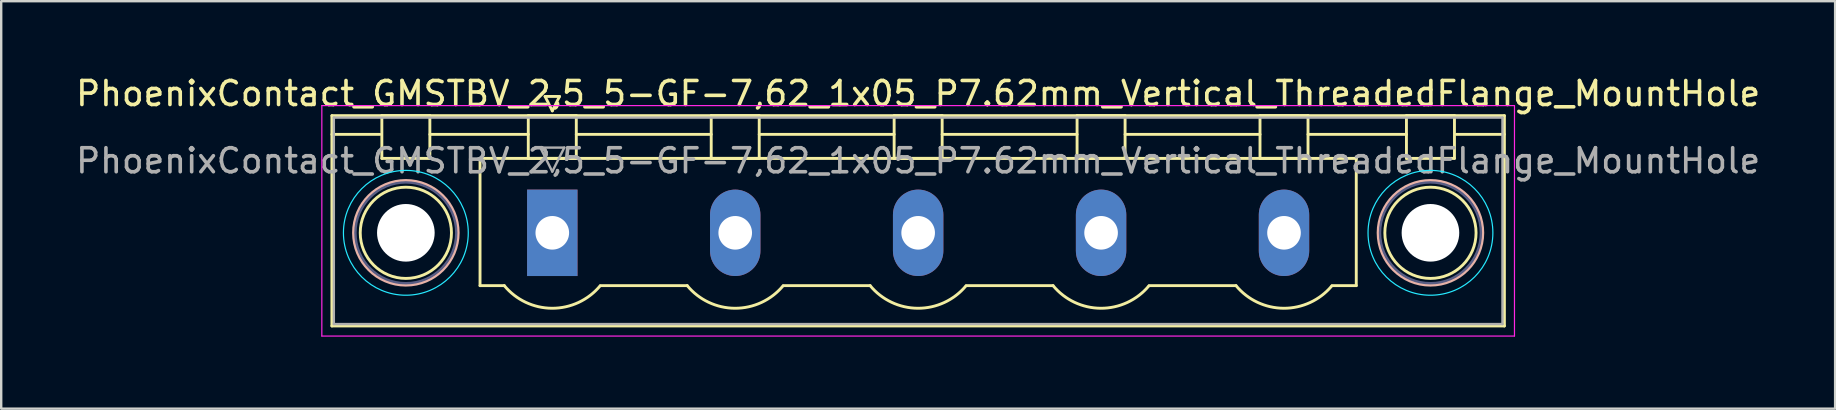
<source format=kicad_pcb>
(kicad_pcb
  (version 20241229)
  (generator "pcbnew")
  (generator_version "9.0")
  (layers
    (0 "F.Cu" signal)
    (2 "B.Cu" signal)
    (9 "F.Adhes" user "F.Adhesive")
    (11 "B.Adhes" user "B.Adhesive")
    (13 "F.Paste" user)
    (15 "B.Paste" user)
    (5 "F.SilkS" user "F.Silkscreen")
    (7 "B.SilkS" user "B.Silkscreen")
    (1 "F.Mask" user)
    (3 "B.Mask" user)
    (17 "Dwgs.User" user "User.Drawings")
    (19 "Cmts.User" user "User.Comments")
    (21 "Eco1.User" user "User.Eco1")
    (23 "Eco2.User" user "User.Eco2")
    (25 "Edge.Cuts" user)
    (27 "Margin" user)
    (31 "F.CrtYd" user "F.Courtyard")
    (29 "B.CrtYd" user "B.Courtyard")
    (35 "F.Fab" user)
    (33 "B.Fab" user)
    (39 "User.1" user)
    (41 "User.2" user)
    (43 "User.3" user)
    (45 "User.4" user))
  (footprint "PhoenixContact_GMSTBV_2,5_5-GF-7,62_1x05_P7.62mm_Vertical_ThreadedFlange_MountHole"
    (layer "F.Cu")
    (at 19.956 6.648)
    (property "Reference" "PhoenixContact_GMSTBV_2,5_5-GF-7,62_1x05_P7.62mm_Vertical_ThreadedFlange_MountHole" (at 15.24 -5.8 0) (layer "F.SilkS") (effects (font (size 1 1) (thickness 0.15))))
    (attr through_hole)
    (fp_line (start -9.18 -4.88) (end -9.18 3.88) (stroke (width 0.12) (type solid)) (layer "F.SilkS"))
    (fp_line (start -9.18 -4.1) (end -7.18 -4.1) (stroke (width 0.12) (type solid)) (layer "F.SilkS"))
    (fp_line (start -9.18 3.88) (end 39.66 3.88) (stroke (width 0.12) (type solid)) (layer "F.SilkS"))
    (fp_line (start -7.1 -4.88) (end -5.1 -4.88) (stroke (width 0.12) (type solid)) (layer "F.SilkS"))
    (fp_line (start -7.1 -3.1) (end -7.1 -4.88) (stroke (width 0.12) (type solid)) (layer "F.SilkS"))
    (fp_line (start -5.1 -4.88) (end -5.1 -3.1) (stroke (width 0.12) (type solid)) (layer "F.SilkS"))
    (fp_line (start -5.1 -4.1) (end -1 -4.1) (stroke (width 0.12) (type solid)) (layer "F.SilkS"))
    (fp_line (start -5.1 -3.1) (end -7.1 -3.1) (stroke (width 0.12) (type solid)) (layer "F.SilkS"))
    (fp_line (start -3.01 -3.1) (end 33.49 -3.1) (stroke (width 0.12) (type solid)) (layer "F.SilkS"))
    (fp_line (start -3.01 2.2) (end -3.01 -3.1) (stroke (width 0.12) (type solid)) (layer "F.SilkS"))
    (fp_line (start -2 2.2) (end -3.01 2.2) (stroke (width 0.12) (type solid)) (layer "F.SilkS"))
    (fp_line (start -1 -4.88) (end 1 -4.88) (stroke (width 0.12) (type solid)) (layer "F.SilkS"))
    (fp_line (start -1 -3.1) (end -1 -4.88) (stroke (width 0.12) (type solid)) (layer "F.SilkS"))
    (fp_line (start -0.3 -5.68) (end 0.3 -5.68) (stroke (width 0.12) (type solid)) (layer "F.SilkS"))
    (fp_line (start 0 -5.08) (end -0.3 -5.68) (stroke (width 0.12) (type solid)) (layer "F.SilkS"))
    (fp_line (start 0.3 -5.68) (end 0 -5.08) (stroke (width 0.12) (type solid)) (layer "F.SilkS"))
    (fp_line (start 1 -4.88) (end 1 -3.1) (stroke (width 0.12) (type solid)) (layer "F.SilkS"))
    (fp_line (start 1 -4.1) (end 6.62 -4.1) (stroke (width 0.12) (type solid)) (layer "F.SilkS"))
    (fp_line (start 1 -3.1) (end -1 -3.1) (stroke (width 0.12) (type solid)) (layer "F.SilkS"))
    (fp_line (start 2 2.2) (end 5.62 2.2) (stroke (width 0.12) (type solid)) (layer "F.SilkS"))
    (fp_line (start 6.62 -4.88) (end 8.62 -4.88) (stroke (width 0.12) (type solid)) (layer "F.SilkS"))
    (fp_line (start 6.62 -3.1) (end 6.62 -4.88) (stroke (width 0.12) (type solid)) (layer "F.SilkS"))
    (fp_line (start 8.62 -4.88) (end 8.62 -3.1) (stroke (width 0.12) (type solid)) (layer "F.SilkS"))
    (fp_line (start 8.62 -4.1) (end 14.24 -4.1) (stroke (width 0.12) (type solid)) (layer "F.SilkS"))
    (fp_line (start 8.62 -3.1) (end 6.62 -3.1) (stroke (width 0.12) (type solid)) (layer "F.SilkS"))
    (fp_line (start 9.62 2.2) (end 13.24 2.2) (stroke (width 0.12) (type solid)) (layer "F.SilkS"))
    (fp_line (start 14.24 -4.88) (end 16.24 -4.88) (stroke (width 0.12) (type solid)) (layer "F.SilkS"))
    (fp_line (start 14.24 -3.1) (end 14.24 -4.88) (stroke (width 0.12) (type solid)) (layer "F.SilkS"))
    (fp_line (start 16.24 -4.88) (end 16.24 -3.1) (stroke (width 0.12) (type solid)) (layer "F.SilkS"))
    (fp_line (start 16.24 -4.1) (end 21.86 -4.1) (stroke (width 0.12) (type solid)) (layer "F.SilkS"))
    (fp_line (start 16.24 -3.1) (end 14.24 -3.1) (stroke (width 0.12) (type solid)) (layer "F.SilkS"))
    (fp_line (start 17.24 2.2) (end 20.86 2.2) (stroke (width 0.12) (type solid)) (layer "F.SilkS"))
    (fp_line (start 21.86 -4.88) (end 23.86 -4.88) (stroke (width 0.12) (type solid)) (layer "F.SilkS"))
    (fp_line (start 21.86 -3.1) (end 21.86 -4.88) (stroke (width 0.12) (type solid)) (layer "F.SilkS"))
    (fp_line (start 23.86 -4.88) (end 23.86 -3.1) (stroke (width 0.12) (type solid)) (layer "F.SilkS"))
    (fp_line (start 23.86 -4.1) (end 29.48 -4.1) (stroke (width 0.12) (type solid)) (layer "F.SilkS"))
    (fp_line (start 23.86 -3.1) (end 21.86 -3.1) (stroke (width 0.12) (type solid)) (layer "F.SilkS"))
    (fp_line (start 24.86 2.2) (end 28.48 2.2) (stroke (width 0.12) (type solid)) (layer "F.SilkS"))
    (fp_line (start 29.48 -4.88) (end 31.48 -4.88) (stroke (width 0.12) (type solid)) (layer "F.SilkS"))
    (fp_line (start 29.48 -3.1) (end 29.48 -4.88) (stroke (width 0.12) (type solid)) (layer "F.SilkS"))
    (fp_line (start 31.48 -4.88) (end 31.48 -3.1) (stroke (width 0.12) (type solid)) (layer "F.SilkS"))
    (fp_line (start 31.48 -4.1) (end 35.58 -4.1) (stroke (width 0.12) (type solid)) (layer "F.SilkS"))
    (fp_line (start 31.48 -3.1) (end 29.48 -3.1) (stroke (width 0.12) (type solid)) (layer "F.SilkS"))
    (fp_line (start 33.49 -3.1) (end 33.49 2.2) (stroke (width 0.12) (type solid)) (layer "F.SilkS"))
    (fp_line (start 33.49 2.2) (end 32.48 2.2) (stroke (width 0.12) (type solid)) (layer "F.SilkS"))
    (fp_line (start 35.58 -4.88) (end 37.58 -4.88) (stroke (width 0.12) (type solid)) (layer "F.SilkS"))
    (fp_line (start 35.58 -3.1) (end 35.58 -4.88) (stroke (width 0.12) (type solid)) (layer "F.SilkS"))
    (fp_line (start 37.58 -4.88) (end 37.58 -3.1) (stroke (width 0.12) (type solid)) (layer "F.SilkS"))
    (fp_line (start 37.58 -3.1) (end 35.58 -3.1) (stroke (width 0.12) (type solid)) (layer "F.SilkS"))
    (fp_line (start 39.66 -4.88) (end -9.18 -4.88) (stroke (width 0.12) (type solid)) (layer "F.SilkS"))
    (fp_line (start 39.66 -4.1) (end 37.66 -4.1) (stroke (width 0.12) (type solid)) (layer "F.SilkS"))
    (fp_line (start 39.66 3.88) (end 39.66 -4.88) (stroke (width 0.12) (type solid)) (layer "F.SilkS"))
    (fp_arc (start 1.986842 2.215821) (mid -0.010289 3.142758) (end -2 2.2) (stroke (width 0.12) (type solid)) (layer "F.SilkS"))
    (fp_arc (start 9.606842 2.215821) (mid 7.609711 3.142758) (end 5.62 2.2) (stroke (width 0.12) (type solid)) (layer "F.SilkS"))
    (fp_arc (start 17.226842 2.215821) (mid 15.229711 3.142758) (end 13.24 2.2) (stroke (width 0.12) (type solid)) (layer "F.SilkS"))
    (fp_arc (start 24.846842 2.215821) (mid 22.849711 3.142758) (end 20.86 2.2) (stroke (width 0.12) (type solid)) (layer "F.SilkS"))
    (fp_arc (start 32.466842 2.215821) (mid 30.469711 3.142758) (end 28.48 2.2) (stroke (width 0.12) (type solid)) (layer "F.SilkS"))
    (fp_circle (center -6.1 0) (end -4.2 0) (stroke (width 0.12) (type solid)) (fill no) (layer "F.SilkS"))
    (fp_circle (center 36.58 0) (end 38.48 0) (stroke (width 0.12) (type solid)) (fill no) (layer "F.SilkS"))
    (fp_circle (center -6.1 0) (end -3.92 0) (stroke (width 0.12) (type solid)) (fill no) (layer "B.SilkS"))
    (fp_circle (center 36.58 0) (end 38.76 0) (stroke (width 0.12) (type solid)) (fill no) (layer "B.SilkS"))
    (fp_circle (center -6.1 0) (end -3.5 0) (stroke (width 0.05) (type solid)) (fill no) (layer "B.CrtYd"))
    (fp_circle (center 36.58 0) (end 39.18 0) (stroke (width 0.05) (type solid)) (fill no) (layer "B.CrtYd"))
    (fp_line (start -9.6 -5.3) (end -9.6 4.3) (stroke (width 0.05) (type solid)) (layer "F.CrtYd"))
    (fp_line (start -9.6 4.3) (end 40.08 4.3) (stroke (width 0.05) (type solid)) (layer "F.CrtYd"))
    (fp_line (start 40.08 -5.3) (end -9.6 -5.3) (stroke (width 0.05) (type solid)) (layer "F.CrtYd"))
    (fp_line (start 40.08 4.3) (end 40.08 -5.3) (stroke (width 0.05) (type solid)) (layer "F.CrtYd"))
    (fp_circle (center -6.1 0) (end -4 0) (stroke (width 0.1) (type solid)) (fill no) (layer "B.Fab"))
    (fp_circle (center 36.58 0) (end 38.68 0) (stroke (width 0.1) (type solid)) (fill no) (layer "B.Fab"))
    (fp_line (start -9.1 -4.8) (end -9.1 3.8) (stroke (width 0.1) (type solid)) (layer "F.Fab"))
    (fp_line (start -9.1 3.8) (end 39.58 3.8) (stroke (width 0.1) (type solid)) (layer "F.Fab"))
    (fp_line (start -0.5 -3.55) (end 0.5 -3.55) (stroke (width 0.1) (type solid)) (layer "F.Fab"))
    (fp_line (start 0 -2.55) (end -0.5 -3.55) (stroke (width 0.1) (type solid)) (layer "F.Fab"))
    (fp_line (start 0.5 -3.55) (end 0 -2.55) (stroke (width 0.1) (type solid)) (layer "F.Fab"))
    (fp_line (start 39.58 -4.8) (end -9.1 -4.8) (stroke (width 0.1) (type solid)) (layer "F.Fab"))
    (fp_line (start 39.58 3.8) (end 39.58 -4.8) (stroke (width 0.1) (type solid)) (layer "F.Fab"))
    (fp_text user "${REFERENCE}" (at 15.24 -3 0) (layer "F.Fab") (effects (font (size 1 1) (thickness 0.15))))
    (pad "" np_thru_hole circle (at -6.1 0) (size 2.4 2.4) (drill 2.4) (layers "*.Cu" "*.Mask"))
    (pad "" np_thru_hole circle (at 36.58 0) (size 2.4 2.4) (drill 2.4) (layers "*.Cu" "*.Mask"))
    (pad "1" thru_hole rect (at 0 0) (size 2.1 3.6) (drill 1.4) (layers "*.Cu" "*.Mask"))
    (pad "2" thru_hole oval (at 7.62 0) (size 2.1 3.6) (drill 1.4) (layers "*.Cu" "*.Mask"))
    (pad "3" thru_hole oval (at 15.24 0) (size 2.1 3.6) (drill 1.4) (layers "*.Cu" "*.Mask"))
    (pad "4" thru_hole oval (at 22.86 0) (size 2.1 3.6) (drill 1.4) (layers "*.Cu" "*.Mask"))
    (pad "5" thru_hole oval (at 30.48 0) (size 2.1 3.6) (drill 1.4) (layers "*.Cu" "*.Mask")))
  (gr_rect
    (start -3 -3)
    (end 73.393 13.973)
    (stroke (width 0.1) (type default))
    (fill no)
    (layer "Edge.Cuts")))
</source>
